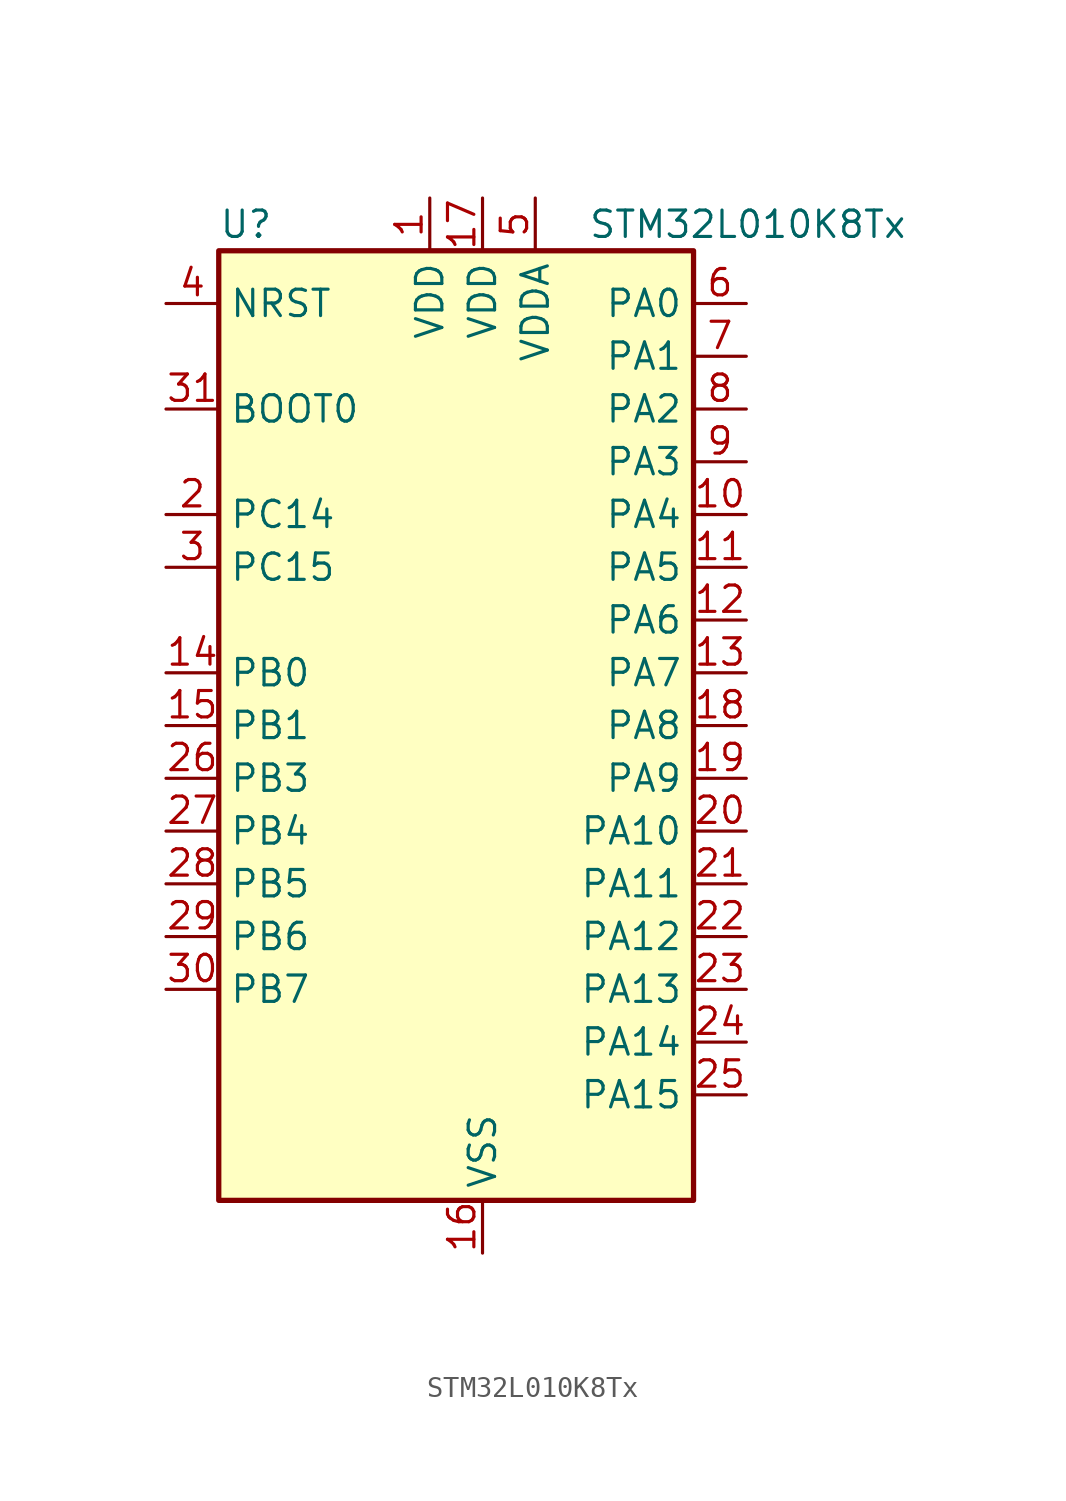
<source format=kicad_sym>
(kicad_symbol_lib
  (version 20231120)
  (generator "kicad_symbol_editor")
  (generator_version "8.0")
  (symbol "STM32L010K8Tx"
    (property "Reference" "U"
      (at -10.16 24.13 0)
      (effects (font (size 1.27 1.27)) (justify left)))
    (property "Value" "STM32L010K8Tx"
      (at 7.62 24.13 0)
      (effects (font (size 1.27 1.27)) (justify left)))
    (property "ki_locked" ""
      (at 0 0 0)
      (effects (font (size 1.27 1.27))))
    (symbol "STM32L010K8Tx_0_1"
      (rectangle (start -10.16 -22.86) (end 12.7 22.86) (stroke (width 0.254) (type default)) (fill (type background))))
    (symbol "STM32L010K8Tx_1_1"
      (pin power_in line (at 0 25.4 270) (length 2.54) (name "VDD" (effects (font (size 1.27 1.27)))) (number "1" (effects (font (size 1.27 1.27)))))
      (pin bidirectional line (at 15.24 10.16 180) (length 2.54) (name "PA4" (effects (font (size 1.27 1.27)))) (number "10" (effects (font (size 1.27 1.27)))) (alternate "ADC_IN4" bidirectional line) (alternate "SPI1_NSS" bidirectional line) (alternate "USART2_CK" bidirectional line))
      (pin bidirectional line (at 15.24 7.62 180) (length 2.54) (name "PA5" (effects (font (size 1.27 1.27)))) (number "11" (effects (font (size 1.27 1.27)))) (alternate "ADC_IN5" bidirectional line) (alternate "SPI1_SCK" bidirectional line) (alternate "TIM2_CH1" bidirectional line) (alternate "TIM2_ETR" bidirectional line))
      (pin bidirectional line (at 15.24 5.08 180) (length 2.54) (name "PA6" (effects (font (size 1.27 1.27)))) (number "12" (effects (font (size 1.27 1.27)))) (alternate "ADC_IN6" bidirectional line) (alternate "SPI1_MISO" bidirectional line))
      (pin bidirectional line (at 15.24 2.54 180) (length 2.54) (name "PA7" (effects (font (size 1.27 1.27)))) (number "13" (effects (font (size 1.27 1.27)))) (alternate "ADC_IN7" bidirectional line) (alternate "SPI1_MOSI" bidirectional line))
      (pin bidirectional line (at -12.7 2.54 0) (length 2.54) (name "PB0" (effects (font (size 1.27 1.27)))) (number "14" (effects (font (size 1.27 1.27)))) (alternate "ADC_IN8" bidirectional line) (alternate "SYS_VREF_OUT_PB0" bidirectional line))
      (pin bidirectional line (at -12.7 0 0) (length 2.54) (name "PB1" (effects (font (size 1.27 1.27)))) (number "15" (effects (font (size 1.27 1.27)))) (alternate "ADC_IN9" bidirectional line) (alternate "SYS_VREF_OUT_PB1" bidirectional line))
      (pin power_in line (at 2.54 -25.4 90) (length 2.54) (name "VSS" (effects (font (size 1.27 1.27)))) (number "16" (effects (font (size 1.27 1.27)))))
      (pin power_in line (at 2.54 25.4 270) (length 2.54) (name "VDD" (effects (font (size 1.27 1.27)))) (number "17" (effects (font (size 1.27 1.27)))))
      (pin bidirectional line (at 15.24 0 180) (length 2.54) (name "PA8" (effects (font (size 1.27 1.27)))) (number "18" (effects (font (size 1.27 1.27)))) (alternate "RCC_MCO" bidirectional line))
      (pin bidirectional line (at 15.24 -2.54 180) (length 2.54) (name "PA9" (effects (font (size 1.27 1.27)))) (number "19" (effects (font (size 1.27 1.27)))) (alternate "RCC_MCO" bidirectional line))
      (pin bidirectional line (at -12.7 10.16 0) (length 2.54) (name "PC14" (effects (font (size 1.27 1.27)))) (number "2" (effects (font (size 1.27 1.27)))) (alternate "RCC_OSC32_IN" bidirectional line))
      (pin bidirectional line (at 15.24 -5.08 180) (length 2.54) (name "PA10" (effects (font (size 1.27 1.27)))) (number "20" (effects (font (size 1.27 1.27)))))
      (pin bidirectional line (at 15.24 -7.62 180) (length 2.54) (name "PA11" (effects (font (size 1.27 1.27)))) (number "21" (effects (font (size 1.27 1.27)))) (alternate "ADC_EXTI11" bidirectional line) (alternate "SPI1_MISO" bidirectional line))
      (pin bidirectional line (at 15.24 -10.16 180) (length 2.54) (name "PA12" (effects (font (size 1.27 1.27)))) (number "22" (effects (font (size 1.27 1.27)))) (alternate "SPI1_MOSI" bidirectional line))
      (pin bidirectional line (at 15.24 -12.7 180) (length 2.54) (name "PA13" (effects (font (size 1.27 1.27)))) (number "23" (effects (font (size 1.27 1.27)))) (alternate "SYS_SWDIO" bidirectional line))
      (pin bidirectional line (at 15.24 -15.24 180) (length 2.54) (name "PA14" (effects (font (size 1.27 1.27)))) (number "24" (effects (font (size 1.27 1.27)))) (alternate "SYS_SWCLK" bidirectional line) (alternate "USART2_TX" bidirectional line))
      (pin bidirectional line (at 15.24 -17.78 180) (length 2.54) (name "PA15" (effects (font (size 1.27 1.27)))) (number "25" (effects (font (size 1.27 1.27)))) (alternate "SPI1_NSS" bidirectional line) (alternate "TIM2_CH1" bidirectional line) (alternate "TIM2_ETR" bidirectional line) (alternate "USART2_RX" bidirectional line))
      (pin bidirectional line (at -12.7 -2.54 0) (length 2.54) (name "PB3" (effects (font (size 1.27 1.27)))) (number "26" (effects (font (size 1.27 1.27)))) (alternate "SPI1_SCK" bidirectional line) (alternate "TIM2_CH2" bidirectional line))
      (pin bidirectional line (at -12.7 -5.08 0) (length 2.54) (name "PB4" (effects (font (size 1.27 1.27)))) (number "27" (effects (font (size 1.27 1.27)))) (alternate "SPI1_MISO" bidirectional line))
      (pin bidirectional line (at -12.7 -7.62 0) (length 2.54) (name "PB5" (effects (font (size 1.27 1.27)))) (number "28" (effects (font (size 1.27 1.27)))) (alternate "I2C1_SMBA" bidirectional line) (alternate "LPTIM1_IN1" bidirectional line) (alternate "SPI1_MOSI" bidirectional line))
      (pin bidirectional line (at -12.7 -10.16 0) (length 2.54) (name "PB6" (effects (font (size 1.27 1.27)))) (number "29" (effects (font (size 1.27 1.27)))) (alternate "I2C1_SCL" bidirectional line) (alternate "LPTIM1_ETR" bidirectional line))
      (pin bidirectional line (at -12.7 7.62 0) (length 2.54) (name "PC15" (effects (font (size 1.27 1.27)))) (number "3" (effects (font (size 1.27 1.27)))) (alternate "RCC_OSC32_OUT" bidirectional line))
      (pin bidirectional line (at -12.7 -12.7 0) (length 2.54) (name "PB7" (effects (font (size 1.27 1.27)))) (number "30" (effects (font (size 1.27 1.27)))) (alternate "I2C1_SDA" bidirectional line) (alternate "LPTIM1_IN2" bidirectional line) (alternate "SYS_PVD_IN" bidirectional line))
      (pin input line (at -12.7 15.24 0) (length 2.54) (name "BOOT0" (effects (font (size 1.27 1.27)))) (number "31" (effects (font (size 1.27 1.27)))))
      (pin passive line (at 2.54 -25.4 90) (length 2.54) hide (name "VSS" (effects (font (size 1.27 1.27)))) (number "32" (effects (font (size 1.27 1.27)))))
      (pin input line (at -12.7 20.32 0) (length 2.54) (name "NRST" (effects (font (size 1.27 1.27)))) (number "4" (effects (font (size 1.27 1.27)))))
      (pin power_in line (at 5.08 25.4 270) (length 2.54) (name "VDDA" (effects (font (size 1.27 1.27)))) (number "5" (effects (font (size 1.27 1.27)))))
      (pin bidirectional line (at 15.24 20.32 180) (length 2.54) (name "PA0" (effects (font (size 1.27 1.27)))) (number "6" (effects (font (size 1.27 1.27)))) (alternate "ADC_IN0" bidirectional line) (alternate "RTC_TAMP2" bidirectional line) (alternate "SYS_WKUP1" bidirectional line) (alternate "TIM2_CH1" bidirectional line) (alternate "TIM2_ETR" bidirectional line) (alternate "USART2_CTS" bidirectional line))
      (pin bidirectional line (at 15.24 17.78 180) (length 2.54) (name "PA1" (effects (font (size 1.27 1.27)))) (number "7" (effects (font (size 1.27 1.27)))) (alternate "ADC_IN1" bidirectional line) (alternate "TIM21_ETR" bidirectional line) (alternate "TIM2_CH2" bidirectional line) (alternate "USART2_DE" bidirectional line) (alternate "USART2_RTS" bidirectional line))
      (pin bidirectional line (at 15.24 15.24 180) (length 2.54) (name "PA2" (effects (font (size 1.27 1.27)))) (number "8" (effects (font (size 1.27 1.27)))) (alternate "ADC_IN2" bidirectional line) (alternate "TIM21_CH1" bidirectional line) (alternate "TIM2_CH3" bidirectional line) (alternate "USART2_TX" bidirectional line))
      (pin bidirectional line (at 15.24 12.7 180) (length 2.54) (name "PA3" (effects (font (size 1.27 1.27)))) (number "9" (effects (font (size 1.27 1.27)))) (alternate "ADC_IN3" bidirectional line) (alternate "TIM21_CH2" bidirectional line) (alternate "TIM2_CH4" bidirectional line) (alternate "USART2_RX" bidirectional line)))))
</source>
